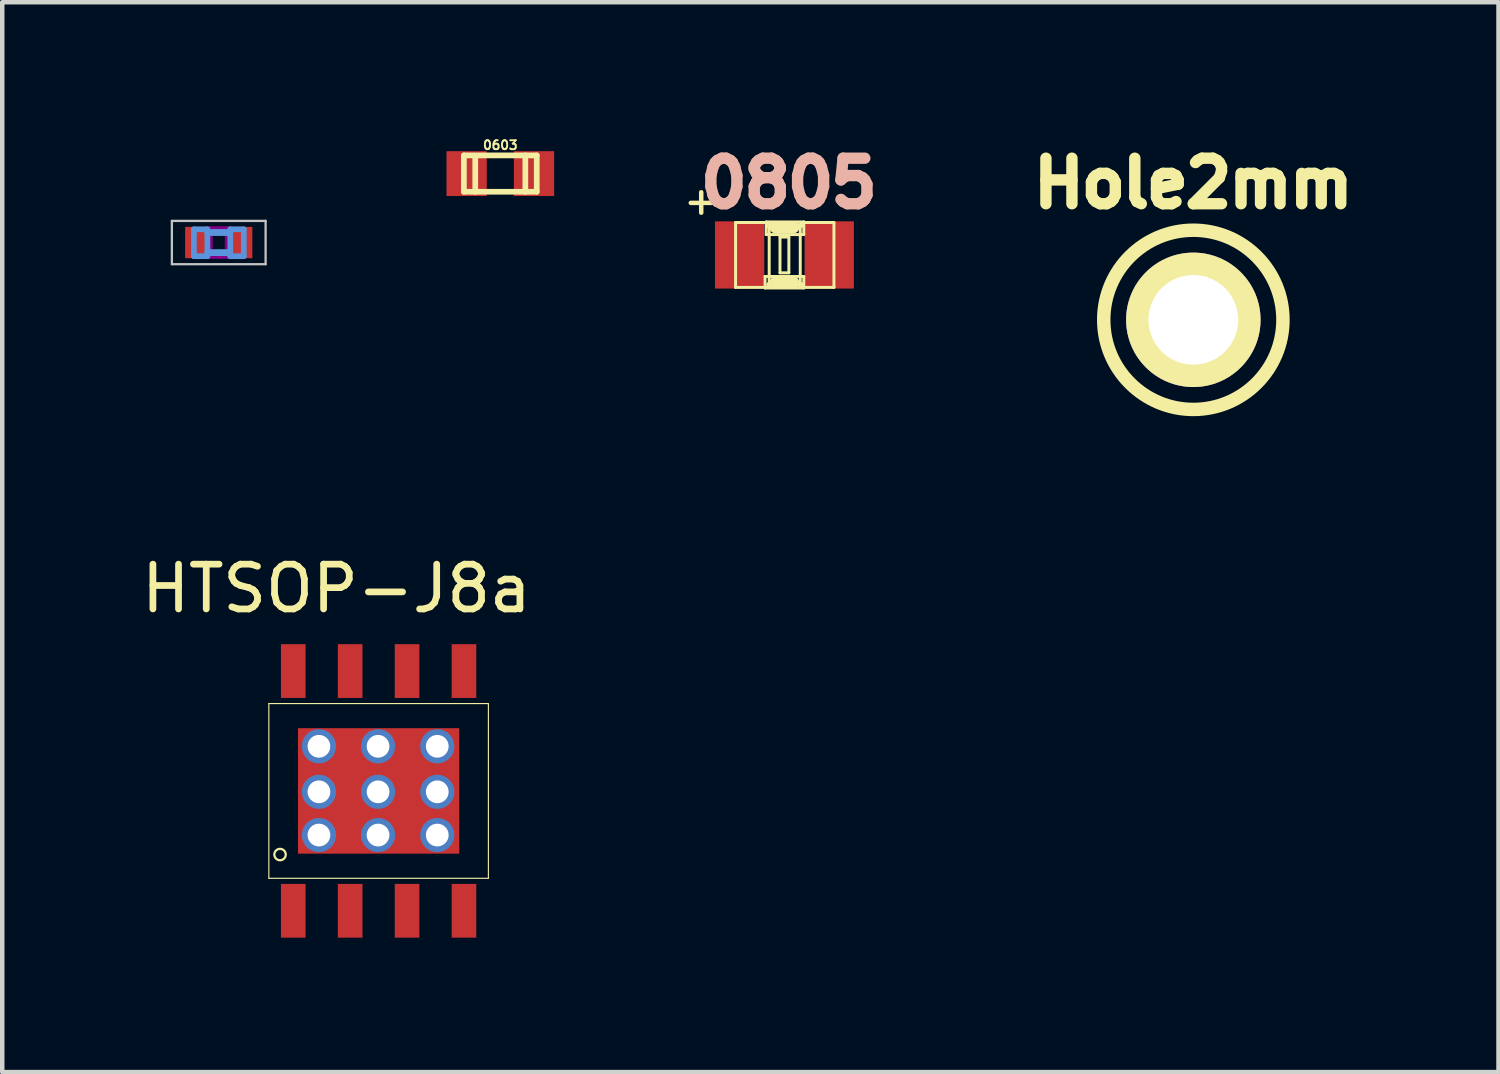
<source format=kicad_pcb>
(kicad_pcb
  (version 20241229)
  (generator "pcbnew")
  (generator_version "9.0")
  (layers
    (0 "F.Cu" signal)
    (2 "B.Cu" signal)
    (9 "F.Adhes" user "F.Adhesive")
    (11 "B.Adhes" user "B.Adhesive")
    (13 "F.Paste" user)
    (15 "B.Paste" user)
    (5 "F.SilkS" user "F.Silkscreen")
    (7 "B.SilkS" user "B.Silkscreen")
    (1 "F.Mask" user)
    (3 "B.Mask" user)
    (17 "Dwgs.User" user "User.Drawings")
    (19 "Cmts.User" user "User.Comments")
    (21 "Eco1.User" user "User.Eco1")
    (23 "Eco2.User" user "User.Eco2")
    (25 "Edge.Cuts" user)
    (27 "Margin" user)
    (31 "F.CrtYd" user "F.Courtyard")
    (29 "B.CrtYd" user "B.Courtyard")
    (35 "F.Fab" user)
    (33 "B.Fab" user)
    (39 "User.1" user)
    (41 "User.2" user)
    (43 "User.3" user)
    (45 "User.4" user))
  (footprint "Hole2mm"
    (layer "F.Cu")
    (at 23.583 4.088)
    (property "Reference" "Hole2mm" (at 0 -3.048 0) (layer "F.SilkS") (effects (font (size 1.016 1.016) (thickness 0.254))))
    (attr through_hole)
    (fp_circle (center 0 0) (end 0 -2) (stroke (width 0.3) (type solid)) (fill no) (layer "F.SilkS"))
    (pad "1" thru_hole circle (at 0 0) (size 3 3) (drill 2) (layers "*.Cu" "*.Mask" "F.SilkS")))
  (footprint "0805"
    (layer "F.Cu")
    (at 14.457 2.64)
    (property "Reference" "0805" (at 0.1 -1.6 0) (layer "B.SilkS") (effects (font (size 1.016 1.016) (thickness 0.254))))
    (attr smd)
    (fp_line (start -2.09 -1.162) (end -1.634 -1.162) (stroke (width 0.1) (type solid)) (layer "F.SilkS"))
    (fp_line (start -1.857 -0.943) (end -1.857 -1.399) (stroke (width 0.1) (type solid)) (layer "F.SilkS"))
    (fp_line (start -1.09 -0.724) (end -0.34 -0.724) (stroke (width 0.066) (type solid)) (layer "F.SilkS"))
    (fp_line (start -1.09 0.724) (end -1.09 -0.724) (stroke (width 0.066) (type solid)) (layer "F.SilkS"))
    (fp_line (start -1.09 0.724) (end -0.34 0.724) (stroke (width 0.066) (type solid)) (layer "F.SilkS"))
    (fp_line (start -0.432 0.48) (end 0.432 0.48) (stroke (width 0.066) (type solid)) (layer "F.SilkS"))
    (fp_line (start -0.432 0.737) (end -0.432 0.48) (stroke (width 0.066) (type solid)) (layer "F.SilkS"))
    (fp_line (start -0.432 0.737) (end 0.432 0.737) (stroke (width 0.066) (type solid)) (layer "F.SilkS"))
    (fp_line (start -0.406 -0.737) (end 0.432 -0.737) (stroke (width 0.066) (type solid)) (layer "F.SilkS"))
    (fp_line (start -0.406 -0.455) (end -0.406 -0.737) (stroke (width 0.066) (type solid)) (layer "F.SilkS"))
    (fp_line (start -0.406 -0.455) (end 0.432 -0.455) (stroke (width 0.066) (type solid)) (layer "F.SilkS"))
    (fp_line (start -0.381 -0.658) (end 0.381 -0.658) (stroke (width 0.102) (type solid)) (layer "F.SilkS"))
    (fp_line (start -0.356 0.658) (end 0.381 0.658) (stroke (width 0.102) (type solid)) (layer "F.SilkS"))
    (fp_line (start -0.34 0.724) (end -0.34 -0.724) (stroke (width 0.066) (type solid)) (layer "F.SilkS"))
    (fp_line (start -0.203 -0.61) (end 0.203 -0.61) (stroke (width 0.254) (type solid)) (layer "F.SilkS"))
    (fp_line (start -0.203 0.61) (end 0.203 0.61) (stroke (width 0.254) (type solid)) (layer "F.SilkS"))
    (fp_line (start -0.099 -0.399) (end 0.099 -0.399) (stroke (width 0.066) (type solid)) (layer "F.SilkS"))
    (fp_line (start -0.099 0.399) (end -0.099 -0.399) (stroke (width 0.066) (type solid)) (layer "F.SilkS"))
    (fp_line (start -0.099 0.399) (end 0.099 0.399) (stroke (width 0.066) (type solid)) (layer "F.SilkS"))
    (fp_line (start 0.099 0.399) (end 0.099 -0.399) (stroke (width 0.066) (type solid)) (layer "F.SilkS"))
    (fp_line (start 0.353 -0.724) (end 1.105 -0.724) (stroke (width 0.066) (type solid)) (layer "F.SilkS"))
    (fp_line (start 0.353 0.724) (end 0.353 -0.724) (stroke (width 0.066) (type solid)) (layer "F.SilkS"))
    (fp_line (start 0.353 0.724) (end 1.105 0.724) (stroke (width 0.066) (type solid)) (layer "F.SilkS"))
    (fp_line (start 0.432 -0.455) (end 0.432 -0.737) (stroke (width 0.066) (type solid)) (layer "F.SilkS"))
    (fp_line (start 0.432 0.737) (end 0.432 0.48) (stroke (width 0.066) (type solid)) (layer "F.SilkS"))
    (fp_line (start 1.105 0.724) (end 1.105 -0.724) (stroke (width 0.066) (type solid)) (layer "F.SilkS"))
    (pad "1" smd rect (at -1 0) (size 1.1 1.5) (layers "F.Cu" "F.Mask" "F.Paste"))
    (pad "2" smd rect (at 1 0) (size 1.1 1.5) (layers "F.Cu" "F.Mask" "F.Paste")))
  (footprint "0402"
    (layer "F.Cu")
    (at 1.832 2.363)
    (property "Reference" "0402" (at 0.125 -1.6 0) (layer "Eco1.User") (effects (font (size 1 1) (thickness 0.102))))
    (attr through_hole)
    (fp_line (start -0.198 -0.3) (end -0.198 0.3) (stroke (width 0.127) (type solid)) (layer "F.Adhes"))
    (fp_line (start -0.198 0.3) (end 0.198 0.3) (stroke (width 0.127) (type solid)) (layer "F.Adhes"))
    (fp_line (start 0.198 -0.3) (end -0.198 -0.3) (stroke (width 0.127) (type solid)) (layer "F.Adhes"))
    (fp_line (start 0.198 0.3) (end 0.198 -0.3) (stroke (width 0.127) (type solid)) (layer "F.Adhes"))
    (fp_line (start -1.046 -0.483) (end 1.046 -0.483) (stroke (width 0.051) (type solid)) (layer "Dwgs.User"))
    (fp_line (start -1.046 0.483) (end -1.046 -0.483) (stroke (width 0.051) (type solid)) (layer "Dwgs.User"))
    (fp_line (start 1.046 -0.483) (end 1.046 0.483) (stroke (width 0.051) (type solid)) (layer "Dwgs.User"))
    (fp_line (start 1.046 0.483) (end -1.046 0.483) (stroke (width 0.051) (type solid)) (layer "Dwgs.User"))
    (fp_line (start -0.554 -0.295) (end -0.554 0.305) (stroke (width 0.127) (type solid)) (layer "Cmts.User"))
    (fp_line (start -0.554 0.305) (end -0.254 0.305) (stroke (width 0.127) (type solid)) (layer "Cmts.User"))
    (fp_line (start -0.254 -0.295) (end -0.554 -0.295) (stroke (width 0.127) (type solid)) (layer "Cmts.User"))
    (fp_line (start -0.254 0.305) (end -0.254 -0.295) (stroke (width 0.127) (type solid)) (layer "Cmts.User"))
    (fp_line (start -0.244 -0.224) (end 0.244 -0.224) (stroke (width 0.152) (type solid)) (layer "Cmts.User"))
    (fp_line (start 0.244 0.224) (end -0.244 0.224) (stroke (width 0.152) (type solid)) (layer "Cmts.User"))
    (fp_line (start 0.257 -0.295) (end 0.257 0.305) (stroke (width 0.127) (type solid)) (layer "Cmts.User"))
    (fp_line (start 0.257 0.305) (end 0.559 0.305) (stroke (width 0.127) (type solid)) (layer "Cmts.User"))
    (fp_line (start 0.559 -0.295) (end 0.257 -0.295) (stroke (width 0.127) (type solid)) (layer "Cmts.User"))
    (fp_line (start 0.559 0.305) (end 0.559 -0.295) (stroke (width 0.127) (type solid)) (layer "Cmts.User"))
    (pad "1" smd rect (at -0.5 0) (size 0.5 0.7) (layers "F.Cu" "F.Mask" "F.Paste"))
    (pad "2" smd rect (at 0.5 0) (size 0.5 0.7) (layers "F.Cu" "F.Mask" "F.Paste")))
  (footprint "0603"
    (layer "F.Cu")
    (at 8.116 0.824)
    (property "Reference" "0603" (at 0 -0.635 0) (layer "F.SilkS") (effects (font (size 0.201 0.201) (thickness 0.041))))
    (attr through_hole)
    (fp_line (start -0.813 -0.406) (end 0.813 -0.406) (stroke (width 0.127) (type solid)) (layer "F.SilkS"))
    (fp_line (start -0.813 0.406) (end -0.813 -0.406) (stroke (width 0.127) (type solid)) (layer "F.SilkS"))
    (fp_line (start -0.559 -0.381) (end -0.559 0.406) (stroke (width 0.127) (type solid)) (layer "F.SilkS"))
    (fp_line (start 0.559 0.406) (end 0.559 -0.406) (stroke (width 0.127) (type solid)) (layer "F.SilkS"))
    (fp_line (start 0.813 -0.406) (end 0.813 0.406) (stroke (width 0.127) (type solid)) (layer "F.SilkS"))
    (fp_line (start 0.813 0.406) (end -0.813 0.406) (stroke (width 0.127) (type solid)) (layer "F.SilkS"))
    (pad "1" smd rect (at 0.752 0) (size 0.899 1.001) (layers "F.Cu" "F.Mask" "F.Paste"))
    (pad "2" smd rect (at -0.752 0) (size 0.899 1.001) (layers "F.Cu" "F.Mask" "F.Paste")))
  (footprint "HTSOP-J8a"
    (layer "F.Cu")
    (at 2.95 16.552)
    (property "Reference" "HTSOP-J8a" (at 1.508 -6.466 0) (layer "F.SilkS") (effects (font (size 1 1) (thickness 0.15))))
    (attr smd)
    (fp_line (start 0 -3.9) (end 0 0) (stroke (width 0.025) (type solid)) (layer "F.SilkS"))
    (fp_line (start 0 0) (end 4.9 0) (stroke (width 0.025) (type solid)) (layer "F.SilkS"))
    (fp_line (start 4.9 -3.9) (end 0 -3.9) (stroke (width 0.025) (type solid)) (layer "F.SilkS"))
    (fp_line (start 4.9 0) (end 4.9 -3.9) (stroke (width 0.025) (type solid)) (layer "F.SilkS"))
    (fp_circle (center 0.25 -0.53) (end 0.34 -0.62) (stroke (width 0.05) (type solid)) (fill no) (layer "F.SilkS"))
    (pad "1" smd rect (at 0.545 0.725) (size 0.55 1.2) (layers "F.Cu" "F.Mask" "F.Paste"))
    (pad "2" smd rect (at 1.815 0.725) (size 0.55 1.2) (layers "F.Cu" "F.Mask" "F.Paste"))
    (pad "3" smd rect (at 3.085 0.725) (size 0.55 1.2) (layers "F.Cu" "F.Mask" "F.Paste"))
    (pad "4" smd rect (at 4.355 0.725) (size 0.55 1.2) (layers "F.Cu" "F.Mask" "F.Paste"))
    (pad "5" smd rect (at 4.355 -4.625) (size 0.55 1.2) (layers "F.Cu" "F.Mask" "F.Paste"))
    (pad "6" smd rect (at 3.085 -4.625) (size 0.55 1.2) (layers "F.Cu" "F.Mask" "F.Paste"))
    (pad "7" smd rect (at 1.815 -4.625) (size 0.55 1.2) (layers "F.Cu" "F.Mask" "F.Paste"))
    (pad "8" smd rect (at 0.545 -4.625) (size 0.55 1.2) (layers "F.Cu" "F.Mask" "F.Paste"))
    (pad "9" thru_hole circle (at 1.118 -2.946) (size 0.762 0.762) (drill 0.508) (layers "*.Cu" "*.Mask"))
    (pad "9" thru_hole circle (at 1.118 -1.93) (size 0.762 0.762) (drill 0.508) (layers "*.Cu" "*.Mask"))
    (pad "9" thru_hole circle (at 1.118 -0.965) (size 0.762 0.762) (drill 0.508) (layers "*.Cu" "*.Mask"))
    (pad "9" thru_hole circle (at 2.438 -2.946) (size 0.762 0.762) (drill 0.508) (layers "*.Cu" "*.Mask"))
    (pad "9" thru_hole circle (at 2.438 -1.93) (size 0.762 0.762) (drill 0.508) (layers "*.Cu" "*.Mask"))
    (pad "9" thru_hole circle (at 2.438 -0.965) (size 0.762 0.762) (drill 0.508) (layers "*.Cu" "*.Mask"))
    (pad "9" smd rect (at 2.45 -1.95) (size 3.6 2.8) (layers "F.Cu" "F.Mask" "F.Paste"))
    (pad "9" thru_hole circle (at 3.759 -2.946) (size 0.762 0.762) (drill 0.508) (layers "*.Cu" "*.Mask"))
    (pad "9" thru_hole circle (at 3.759 -1.93) (size 0.762 0.762) (drill 0.508) (layers "*.Cu" "*.Mask"))
    (pad "9" thru_hole circle (at 3.759 -0.965) (size 0.762 0.762) (drill 0.508) (layers "*.Cu" "*.Mask")))
  (gr_rect
    (start -3 -3)
    (end 30.394 20.877)
    (stroke (width 0.1) (type default))
    (fill no)
    (layer "Edge.Cuts")))
</source>
